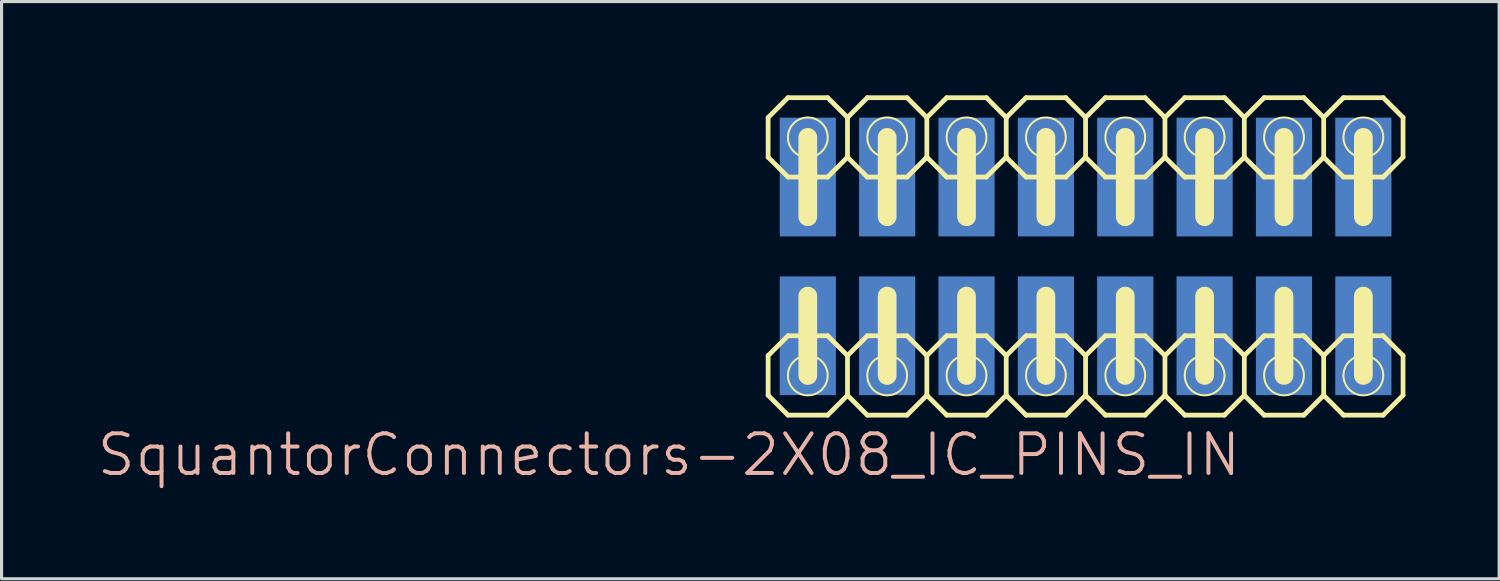
<source format=kicad_pcb>
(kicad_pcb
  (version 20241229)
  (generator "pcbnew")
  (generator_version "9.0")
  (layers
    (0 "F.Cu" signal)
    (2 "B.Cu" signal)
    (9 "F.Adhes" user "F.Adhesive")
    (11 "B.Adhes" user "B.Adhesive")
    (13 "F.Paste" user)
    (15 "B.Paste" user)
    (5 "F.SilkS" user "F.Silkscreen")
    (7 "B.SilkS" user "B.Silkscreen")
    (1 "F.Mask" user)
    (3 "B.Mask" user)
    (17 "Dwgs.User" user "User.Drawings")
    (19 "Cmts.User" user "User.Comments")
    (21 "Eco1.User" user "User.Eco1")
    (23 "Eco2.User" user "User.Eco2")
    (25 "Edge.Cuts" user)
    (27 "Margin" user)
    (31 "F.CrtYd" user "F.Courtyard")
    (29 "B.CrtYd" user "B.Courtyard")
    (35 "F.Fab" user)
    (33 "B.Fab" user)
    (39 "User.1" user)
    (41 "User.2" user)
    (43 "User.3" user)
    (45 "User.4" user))
  (footprint "SquantorConnectors-2X08_IC_PINS_IN"
    (layer "F.Cu")
    (at 31.693 5.156)
    (property "Reference" "SquantorConnectors-2X08_IC_PINS_IN" (at -13.335 6.35 180) (layer "B.SilkS") (effects (font (size 1.27 1.27) (thickness 0.127))))
    (attr smd)
    (fp_line (start -10.16 -4.445) (end -9.525 -5.08) (stroke (width 0.152) (type solid)) (layer "F.SilkS"))
    (fp_line (start -10.16 -3.175) (end -10.16 -4.445) (stroke (width 0.152) (type solid)) (layer "F.SilkS"))
    (fp_line (start -10.16 3.175) (end -9.525 2.54) (stroke (width 0.152) (type solid)) (layer "F.SilkS"))
    (fp_line (start -10.16 4.445) (end -10.16 3.175) (stroke (width 0.152) (type solid)) (layer "F.SilkS"))
    (fp_line (start -9.525 -2.54) (end -10.16 -3.175) (stroke (width 0.152) (type solid)) (layer "F.SilkS"))
    (fp_line (start -9.525 -2.54) (end -8.255 -2.54) (stroke (width 0.152) (type solid)) (layer "F.SilkS"))
    (fp_line (start -9.525 5.08) (end -10.16 4.445) (stroke (width 0.152) (type solid)) (layer "F.SilkS"))
    (fp_line (start -9.525 5.08) (end -8.255 5.08) (stroke (width 0.152) (type solid)) (layer "F.SilkS"))
    (fp_line (start -8.89 -3.81) (end -8.89 -1.27) (stroke (width 0.599) (type solid)) (layer "F.SilkS"))
    (fp_line (start -8.89 3.81) (end -8.89 1.27) (stroke (width 0.599) (type solid)) (layer "F.SilkS"))
    (fp_line (start -8.255 -5.08) (end -9.525 -5.08) (stroke (width 0.152) (type solid)) (layer "F.SilkS"))
    (fp_line (start -8.255 -2.54) (end -7.62 -3.175) (stroke (width 0.152) (type solid)) (layer "F.SilkS"))
    (fp_line (start -8.255 2.54) (end -9.525 2.54) (stroke (width 0.152) (type solid)) (layer "F.SilkS"))
    (fp_line (start -8.255 5.08) (end -7.62 4.445) (stroke (width 0.152) (type solid)) (layer "F.SilkS"))
    (fp_line (start -7.62 -4.445) (end -8.255 -5.08) (stroke (width 0.152) (type solid)) (layer "F.SilkS"))
    (fp_line (start -7.62 -3.175) (end -7.62 -4.445) (stroke (width 0.152) (type solid)) (layer "F.SilkS"))
    (fp_line (start -7.62 -3.175) (end -6.985 -2.54) (stroke (width 0.152) (type solid)) (layer "F.SilkS"))
    (fp_line (start -7.62 3.175) (end -8.255 2.54) (stroke (width 0.152) (type solid)) (layer "F.SilkS"))
    (fp_line (start -7.62 4.445) (end -7.62 3.175) (stroke (width 0.152) (type solid)) (layer "F.SilkS"))
    (fp_line (start -7.62 4.445) (end -6.985 5.08) (stroke (width 0.152) (type solid)) (layer "F.SilkS"))
    (fp_line (start -6.985 -5.08) (end -7.62 -4.445) (stroke (width 0.152) (type solid)) (layer "F.SilkS"))
    (fp_line (start -6.985 -2.54) (end -5.715 -2.54) (stroke (width 0.152) (type solid)) (layer "F.SilkS"))
    (fp_line (start -6.985 2.54) (end -7.62 3.175) (stroke (width 0.152) (type solid)) (layer "F.SilkS"))
    (fp_line (start -6.985 5.08) (end -5.715 5.08) (stroke (width 0.152) (type solid)) (layer "F.SilkS"))
    (fp_line (start -6.35 -3.81) (end -6.35 -1.27) (stroke (width 0.599) (type solid)) (layer "F.SilkS"))
    (fp_line (start -6.35 3.81) (end -6.35 1.27) (stroke (width 0.599) (type solid)) (layer "F.SilkS"))
    (fp_line (start -5.715 -5.08) (end -6.985 -5.08) (stroke (width 0.152) (type solid)) (layer "F.SilkS"))
    (fp_line (start -5.715 -2.54) (end -5.08 -3.175) (stroke (width 0.152) (type solid)) (layer "F.SilkS"))
    (fp_line (start -5.715 2.54) (end -6.985 2.54) (stroke (width 0.152) (type solid)) (layer "F.SilkS"))
    (fp_line (start -5.715 5.08) (end -5.08 4.445) (stroke (width 0.152) (type solid)) (layer "F.SilkS"))
    (fp_line (start -5.08 -4.445) (end -5.715 -5.08) (stroke (width 0.152) (type solid)) (layer "F.SilkS"))
    (fp_line (start -5.08 -3.175) (end -5.08 -4.445) (stroke (width 0.152) (type solid)) (layer "F.SilkS"))
    (fp_line (start -5.08 -3.175) (end -4.445 -2.54) (stroke (width 0.152) (type solid)) (layer "F.SilkS"))
    (fp_line (start -5.08 3.175) (end -5.715 2.54) (stroke (width 0.152) (type solid)) (layer "F.SilkS"))
    (fp_line (start -5.08 4.445) (end -5.08 3.175) (stroke (width 0.152) (type solid)) (layer "F.SilkS"))
    (fp_line (start -5.08 4.445) (end -4.445 5.08) (stroke (width 0.152) (type solid)) (layer "F.SilkS"))
    (fp_line (start -4.445 -5.08) (end -5.08 -4.445) (stroke (width 0.152) (type solid)) (layer "F.SilkS"))
    (fp_line (start -4.445 -2.54) (end -3.175 -2.54) (stroke (width 0.152) (type solid)) (layer "F.SilkS"))
    (fp_line (start -4.445 2.54) (end -5.08 3.175) (stroke (width 0.152) (type solid)) (layer "F.SilkS"))
    (fp_line (start -4.445 5.08) (end -3.175 5.08) (stroke (width 0.152) (type solid)) (layer "F.SilkS"))
    (fp_line (start -3.81 -3.81) (end -3.81 -1.27) (stroke (width 0.599) (type solid)) (layer "F.SilkS"))
    (fp_line (start -3.81 3.81) (end -3.81 1.27) (stroke (width 0.599) (type solid)) (layer "F.SilkS"))
    (fp_line (start -3.175 -5.08) (end -4.445 -5.08) (stroke (width 0.152) (type solid)) (layer "F.SilkS"))
    (fp_line (start -3.175 -2.54) (end -2.54 -3.175) (stroke (width 0.152) (type solid)) (layer "F.SilkS"))
    (fp_line (start -3.175 2.54) (end -4.445 2.54) (stroke (width 0.152) (type solid)) (layer "F.SilkS"))
    (fp_line (start -3.175 5.08) (end -2.54 4.445) (stroke (width 0.152) (type solid)) (layer "F.SilkS"))
    (fp_line (start -2.54 -4.445) (end -3.175 -5.08) (stroke (width 0.152) (type solid)) (layer "F.SilkS"))
    (fp_line (start -2.54 -4.445) (end -1.905 -5.08) (stroke (width 0.152) (type solid)) (layer "F.SilkS"))
    (fp_line (start -2.54 -3.175) (end -2.54 -4.445) (stroke (width 0.152) (type solid)) (layer "F.SilkS"))
    (fp_line (start -2.54 3.175) (end -3.175 2.54) (stroke (width 0.152) (type solid)) (layer "F.SilkS"))
    (fp_line (start -2.54 3.175) (end -1.905 2.54) (stroke (width 0.152) (type solid)) (layer "F.SilkS"))
    (fp_line (start -2.54 4.445) (end -2.54 3.175) (stroke (width 0.152) (type solid)) (layer "F.SilkS"))
    (fp_line (start -1.905 -2.54) (end -2.54 -3.175) (stroke (width 0.152) (type solid)) (layer "F.SilkS"))
    (fp_line (start -1.905 -2.54) (end -0.635 -2.54) (stroke (width 0.152) (type solid)) (layer "F.SilkS"))
    (fp_line (start -1.905 5.08) (end -2.54 4.445) (stroke (width 0.152) (type solid)) (layer "F.SilkS"))
    (fp_line (start -1.905 5.08) (end -0.635 5.08) (stroke (width 0.152) (type solid)) (layer "F.SilkS"))
    (fp_line (start -1.27 -3.81) (end -1.27 -1.27) (stroke (width 0.599) (type solid)) (layer "F.SilkS"))
    (fp_line (start -1.27 3.81) (end -1.27 1.27) (stroke (width 0.599) (type solid)) (layer "F.SilkS"))
    (fp_line (start -0.635 -5.08) (end -1.905 -5.08) (stroke (width 0.152) (type solid)) (layer "F.SilkS"))
    (fp_line (start -0.635 -2.54) (end 0 -3.175) (stroke (width 0.152) (type solid)) (layer "F.SilkS"))
    (fp_line (start -0.635 2.54) (end -1.905 2.54) (stroke (width 0.152) (type solid)) (layer "F.SilkS"))
    (fp_line (start -0.635 5.08) (end 0 4.445) (stroke (width 0.152) (type solid)) (layer "F.SilkS"))
    (fp_line (start 0 -4.445) (end -0.635 -5.08) (stroke (width 0.152) (type solid)) (layer "F.SilkS"))
    (fp_line (start 0 -3.175) (end 0 -4.445) (stroke (width 0.152) (type solid)) (layer "F.SilkS"))
    (fp_line (start 0 -3.175) (end 0.635 -2.54) (stroke (width 0.152) (type solid)) (layer "F.SilkS"))
    (fp_line (start 0 3.175) (end -0.635 2.54) (stroke (width 0.152) (type solid)) (layer "F.SilkS"))
    (fp_line (start 0 4.445) (end 0 3.175) (stroke (width 0.152) (type solid)) (layer "F.SilkS"))
    (fp_line (start 0 4.445) (end 0.635 5.08) (stroke (width 0.152) (type solid)) (layer "F.SilkS"))
    (fp_line (start 0.635 -5.08) (end 0 -4.445) (stroke (width 0.152) (type solid)) (layer "F.SilkS"))
    (fp_line (start 0.635 -2.54) (end 1.905 -2.54) (stroke (width 0.152) (type solid)) (layer "F.SilkS"))
    (fp_line (start 0.635 2.54) (end 0 3.175) (stroke (width 0.152) (type solid)) (layer "F.SilkS"))
    (fp_line (start 0.635 5.08) (end 1.905 5.08) (stroke (width 0.152) (type solid)) (layer "F.SilkS"))
    (fp_line (start 1.27 -3.81) (end 1.27 -1.27) (stroke (width 0.599) (type solid)) (layer "F.SilkS"))
    (fp_line (start 1.27 3.81) (end 1.27 1.27) (stroke (width 0.599) (type solid)) (layer "F.SilkS"))
    (fp_line (start 1.905 -5.08) (end 0.635 -5.08) (stroke (width 0.152) (type solid)) (layer "F.SilkS"))
    (fp_line (start 1.905 -2.54) (end 2.54 -3.175) (stroke (width 0.152) (type solid)) (layer "F.SilkS"))
    (fp_line (start 1.905 2.54) (end 0.635 2.54) (stroke (width 0.152) (type solid)) (layer "F.SilkS"))
    (fp_line (start 1.905 5.08) (end 2.54 4.445) (stroke (width 0.152) (type solid)) (layer "F.SilkS"))
    (fp_line (start 2.54 -4.445) (end 1.905 -5.08) (stroke (width 0.152) (type solid)) (layer "F.SilkS"))
    (fp_line (start 2.54 -3.175) (end 2.54 -4.445) (stroke (width 0.152) (type solid)) (layer "F.SilkS"))
    (fp_line (start 2.54 -3.175) (end 3.175 -2.54) (stroke (width 0.152) (type solid)) (layer "F.SilkS"))
    (fp_line (start 2.54 3.175) (end 1.905 2.54) (stroke (width 0.152) (type solid)) (layer "F.SilkS"))
    (fp_line (start 2.54 4.445) (end 2.54 3.175) (stroke (width 0.152) (type solid)) (layer "F.SilkS"))
    (fp_line (start 2.54 4.445) (end 3.175 5.08) (stroke (width 0.152) (type solid)) (layer "F.SilkS"))
    (fp_line (start 3.175 -5.08) (end 2.54 -4.445) (stroke (width 0.152) (type solid)) (layer "F.SilkS"))
    (fp_line (start 3.175 -2.54) (end 4.445 -2.54) (stroke (width 0.152) (type solid)) (layer "F.SilkS"))
    (fp_line (start 3.175 2.54) (end 2.54 3.175) (stroke (width 0.152) (type solid)) (layer "F.SilkS"))
    (fp_line (start 3.175 5.08) (end 4.445 5.08) (stroke (width 0.152) (type solid)) (layer "F.SilkS"))
    (fp_line (start 3.81 -3.81) (end 3.81 -1.27) (stroke (width 0.599) (type solid)) (layer "F.SilkS"))
    (fp_line (start 3.81 3.81) (end 3.81 1.27) (stroke (width 0.599) (type solid)) (layer "F.SilkS"))
    (fp_line (start 4.445 -5.08) (end 3.175 -5.08) (stroke (width 0.152) (type solid)) (layer "F.SilkS"))
    (fp_line (start 4.445 -2.54) (end 5.08 -3.175) (stroke (width 0.152) (type solid)) (layer "F.SilkS"))
    (fp_line (start 4.445 2.54) (end 3.175 2.54) (stroke (width 0.152) (type solid)) (layer "F.SilkS"))
    (fp_line (start 4.445 5.08) (end 5.08 4.445) (stroke (width 0.152) (type solid)) (layer "F.SilkS"))
    (fp_line (start 5.08 -4.445) (end 4.445 -5.08) (stroke (width 0.152) (type solid)) (layer "F.SilkS"))
    (fp_line (start 5.08 -4.445) (end 5.715 -5.08) (stroke (width 0.152) (type solid)) (layer "F.SilkS"))
    (fp_line (start 5.08 -3.175) (end 5.08 -4.445) (stroke (width 0.152) (type solid)) (layer "F.SilkS"))
    (fp_line (start 5.08 3.175) (end 4.445 2.54) (stroke (width 0.152) (type solid)) (layer "F.SilkS"))
    (fp_line (start 5.08 3.175) (end 5.715 2.54) (stroke (width 0.152) (type solid)) (layer "F.SilkS"))
    (fp_line (start 5.08 4.445) (end 5.08 3.175) (stroke (width 0.152) (type solid)) (layer "F.SilkS"))
    (fp_line (start 5.715 -2.54) (end 5.08 -3.175) (stroke (width 0.152) (type solid)) (layer "F.SilkS"))
    (fp_line (start 5.715 -2.54) (end 6.985 -2.54) (stroke (width 0.152) (type solid)) (layer "F.SilkS"))
    (fp_line (start 5.715 5.08) (end 5.08 4.445) (stroke (width 0.152) (type solid)) (layer "F.SilkS"))
    (fp_line (start 5.715 5.08) (end 6.985 5.08) (stroke (width 0.152) (type solid)) (layer "F.SilkS"))
    (fp_line (start 6.35 -3.81) (end 6.35 -1.27) (stroke (width 0.599) (type solid)) (layer "F.SilkS"))
    (fp_line (start 6.35 3.81) (end 6.35 1.27) (stroke (width 0.599) (type solid)) (layer "F.SilkS"))
    (fp_line (start 6.985 -5.08) (end 5.715 -5.08) (stroke (width 0.152) (type solid)) (layer "F.SilkS"))
    (fp_line (start 6.985 -2.54) (end 7.62 -3.175) (stroke (width 0.152) (type solid)) (layer "F.SilkS"))
    (fp_line (start 6.985 2.54) (end 5.715 2.54) (stroke (width 0.152) (type solid)) (layer "F.SilkS"))
    (fp_line (start 6.985 5.08) (end 7.62 4.445) (stroke (width 0.152) (type solid)) (layer "F.SilkS"))
    (fp_line (start 7.62 -4.445) (end 6.985 -5.08) (stroke (width 0.152) (type solid)) (layer "F.SilkS"))
    (fp_line (start 7.62 -4.445) (end 8.255 -5.08) (stroke (width 0.152) (type solid)) (layer "F.SilkS"))
    (fp_line (start 7.62 -3.175) (end 7.62 -4.445) (stroke (width 0.152) (type solid)) (layer "F.SilkS"))
    (fp_line (start 7.62 3.175) (end 6.985 2.54) (stroke (width 0.152) (type solid)) (layer "F.SilkS"))
    (fp_line (start 7.62 3.175) (end 8.255 2.54) (stroke (width 0.152) (type solid)) (layer "F.SilkS"))
    (fp_line (start 7.62 4.445) (end 7.62 3.175) (stroke (width 0.152) (type solid)) (layer "F.SilkS"))
    (fp_line (start 8.255 -2.54) (end 7.62 -3.175) (stroke (width 0.152) (type solid)) (layer "F.SilkS"))
    (fp_line (start 8.255 -2.54) (end 9.525 -2.54) (stroke (width 0.152) (type solid)) (layer "F.SilkS"))
    (fp_line (start 8.255 5.08) (end 7.62 4.445) (stroke (width 0.152) (type solid)) (layer "F.SilkS"))
    (fp_line (start 8.255 5.08) (end 9.525 5.08) (stroke (width 0.152) (type solid)) (layer "F.SilkS"))
    (fp_line (start 8.89 -3.81) (end 8.89 -1.27) (stroke (width 0.599) (type solid)) (layer "F.SilkS"))
    (fp_line (start 8.89 3.81) (end 8.89 1.27) (stroke (width 0.599) (type solid)) (layer "F.SilkS"))
    (fp_line (start 9.525 -5.08) (end 8.255 -5.08) (stroke (width 0.152) (type solid)) (layer "F.SilkS"))
    (fp_line (start 9.525 -2.54) (end 10.16 -3.175) (stroke (width 0.152) (type solid)) (layer "F.SilkS"))
    (fp_line (start 9.525 2.54) (end 8.255 2.54) (stroke (width 0.152) (type solid)) (layer "F.SilkS"))
    (fp_line (start 9.525 5.08) (end 10.16 4.445) (stroke (width 0.152) (type solid)) (layer "F.SilkS"))
    (fp_line (start 10.16 -4.445) (end 9.525 -5.08) (stroke (width 0.152) (type solid)) (layer "F.SilkS"))
    (fp_line (start 10.16 -3.175) (end 10.16 -4.445) (stroke (width 0.152) (type solid)) (layer "F.SilkS"))
    (fp_line (start 10.16 3.175) (end 9.525 2.54) (stroke (width 0.152) (type solid)) (layer "F.SilkS"))
    (fp_line (start 10.16 4.445) (end 10.16 3.175) (stroke (width 0.152) (type solid)) (layer "F.SilkS"))
    (fp_circle (center -8.89 -3.81) (end -9.34 -4.26) (stroke (width 0.064) (type solid)) (fill no) (layer "F.SilkS"))
    (fp_circle (center -8.89 -3.81) (end -9.04 -3.96) (stroke (width 0.064) (type solid)) (fill no) (layer "F.SilkS"))
    (fp_circle (center -8.89 3.81) (end -9.34 4.26) (stroke (width 0.064) (type solid)) (fill no) (layer "F.SilkS"))
    (fp_circle (center -8.89 3.81) (end -9.04 3.96) (stroke (width 0.064) (type solid)) (fill no) (layer "F.SilkS"))
    (fp_circle (center -6.35 -3.81) (end -6.8 -4.26) (stroke (width 0.064) (type solid)) (fill no) (layer "F.SilkS"))
    (fp_circle (center -6.35 -3.81) (end -6.5 -3.96) (stroke (width 0.064) (type solid)) (fill no) (layer "F.SilkS"))
    (fp_circle (center -6.35 3.81) (end -6.8 4.26) (stroke (width 0.064) (type solid)) (fill no) (layer "F.SilkS"))
    (fp_circle (center -6.35 3.81) (end -6.5 3.96) (stroke (width 0.064) (type solid)) (fill no) (layer "F.SilkS"))
    (fp_circle (center -3.81 -3.81) (end -4.26 -4.26) (stroke (width 0.064) (type solid)) (fill no) (layer "F.SilkS"))
    (fp_circle (center -3.81 -3.81) (end -3.96 -3.96) (stroke (width 0.064) (type solid)) (fill no) (layer "F.SilkS"))
    (fp_circle (center -3.81 3.81) (end -4.26 4.26) (stroke (width 0.064) (type solid)) (fill no) (layer "F.SilkS"))
    (fp_circle (center -3.81 3.81) (end -3.96 3.96) (stroke (width 0.064) (type solid)) (fill no) (layer "F.SilkS"))
    (fp_circle (center -1.27 -3.81) (end -1.72 -4.26) (stroke (width 0.064) (type solid)) (fill no) (layer "F.SilkS"))
    (fp_circle (center -1.27 -3.81) (end -1.42 -3.96) (stroke (width 0.064) (type solid)) (fill no) (layer "F.SilkS"))
    (fp_circle (center -1.27 3.81) (end -1.72 4.26) (stroke (width 0.064) (type solid)) (fill no) (layer "F.SilkS"))
    (fp_circle (center -1.27 3.81) (end -1.42 3.96) (stroke (width 0.064) (type solid)) (fill no) (layer "F.SilkS"))
    (fp_circle (center 1.27 -3.81) (end 1.42 -3.96) (stroke (width 0.064) (type solid)) (fill no) (layer "F.SilkS"))
    (fp_circle (center 1.27 -3.81) (end 1.72 -4.26) (stroke (width 0.064) (type solid)) (fill no) (layer "F.SilkS"))
    (fp_circle (center 1.27 3.81) (end 1.42 3.96) (stroke (width 0.064) (type solid)) (fill no) (layer "F.SilkS"))
    (fp_circle (center 1.27 3.81) (end 1.72 4.26) (stroke (width 0.064) (type solid)) (fill no) (layer "F.SilkS"))
    (fp_circle (center 3.81 -3.81) (end 3.96 -3.96) (stroke (width 0.064) (type solid)) (fill no) (layer "F.SilkS"))
    (fp_circle (center 3.81 -3.81) (end 4.26 -4.26) (stroke (width 0.064) (type solid)) (fill no) (layer "F.SilkS"))
    (fp_circle (center 3.81 3.81) (end 3.96 3.96) (stroke (width 0.064) (type solid)) (fill no) (layer "F.SilkS"))
    (fp_circle (center 3.81 3.81) (end 4.26 4.26) (stroke (width 0.064) (type solid)) (fill no) (layer "F.SilkS"))
    (fp_circle (center 6.35 -3.81) (end 6.5 -3.96) (stroke (width 0.064) (type solid)) (fill no) (layer "F.SilkS"))
    (fp_circle (center 6.35 -3.81) (end 6.8 -4.26) (stroke (width 0.064) (type solid)) (fill no) (layer "F.SilkS"))
    (fp_circle (center 6.35 3.81) (end 6.5 3.96) (stroke (width 0.064) (type solid)) (fill no) (layer "F.SilkS"))
    (fp_circle (center 6.35 3.81) (end 6.8 4.26) (stroke (width 0.064) (type solid)) (fill no) (layer "F.SilkS"))
    (fp_circle (center 8.89 -3.81) (end 9.04 -3.96) (stroke (width 0.064) (type solid)) (fill no) (layer "F.SilkS"))
    (fp_circle (center 8.89 -3.81) (end 9.34 -4.26) (stroke (width 0.064) (type solid)) (fill no) (layer "F.SilkS"))
    (fp_circle (center 8.89 3.81) (end 9.04 3.96) (stroke (width 0.064) (type solid)) (fill no) (layer "F.SilkS"))
    (fp_circle (center 8.89 3.81) (end 9.34 4.26) (stroke (width 0.064) (type solid)) (fill no) (layer "F.SilkS"))
    (pad "1" smd rect (at -8.89 2.54 270) (size 3.8 1.798) (layers "B.Cu" "B.Mask"))
    (pad "2" smd rect (at -6.35 2.54 270) (size 3.8 1.798) (layers "B.Cu" "B.Mask"))
    (pad "3" smd rect (at -3.81 2.54 270) (size 3.8 1.798) (layers "B.Cu" "B.Mask"))
    (pad "4" smd rect (at -1.27 2.54 270) (size 3.8 1.798) (layers "B.Cu" "B.Mask"))
    (pad "5" smd rect (at 1.27 2.54 270) (size 3.8 1.798) (layers "B.Cu" "B.Mask"))
    (pad "6" smd rect (at 3.81 2.54 270) (size 3.8 1.798) (layers "B.Cu" "B.Mask"))
    (pad "7" smd rect (at 6.35 2.54 270) (size 3.8 1.798) (layers "B.Cu" "B.Mask"))
    (pad "8" smd rect (at 8.89 2.54 270) (size 3.8 1.798) (layers "B.Cu" "B.Mask"))
    (pad "9" smd rect (at 8.89 -2.54 270) (size 3.8 1.798) (layers "B.Cu" "B.Mask"))
    (pad "10" smd rect (at 6.35 -2.54 270) (size 3.8 1.798) (layers "B.Cu" "B.Mask"))
    (pad "11" smd rect (at 3.81 -2.54 270) (size 3.8 1.798) (layers "B.Cu" "B.Mask"))
    (pad "12" smd rect (at 1.27 -2.54 270) (size 3.8 1.798) (layers "B.Cu" "B.Mask"))
    (pad "13" smd rect (at -1.27 -2.54 270) (size 3.8 1.798) (layers "B.Cu" "B.Mask"))
    (pad "14" smd rect (at -3.81 -2.54 270) (size 3.8 1.798) (layers "B.Cu" "B.Mask"))
    (pad "15" smd rect (at -6.35 -2.54 270) (size 3.8 1.798) (layers "B.Cu" "B.Mask"))
    (pad "16" smd rect (at -8.89 -2.54 270) (size 3.8 1.798) (layers "B.Cu" "B.Mask")))
  (gr_rect
    (start -3 -3)
    (end 44.929 15.472)
    (stroke (width 0.1) (type default))
    (fill no)
    (layer "Edge.Cuts")))
</source>
